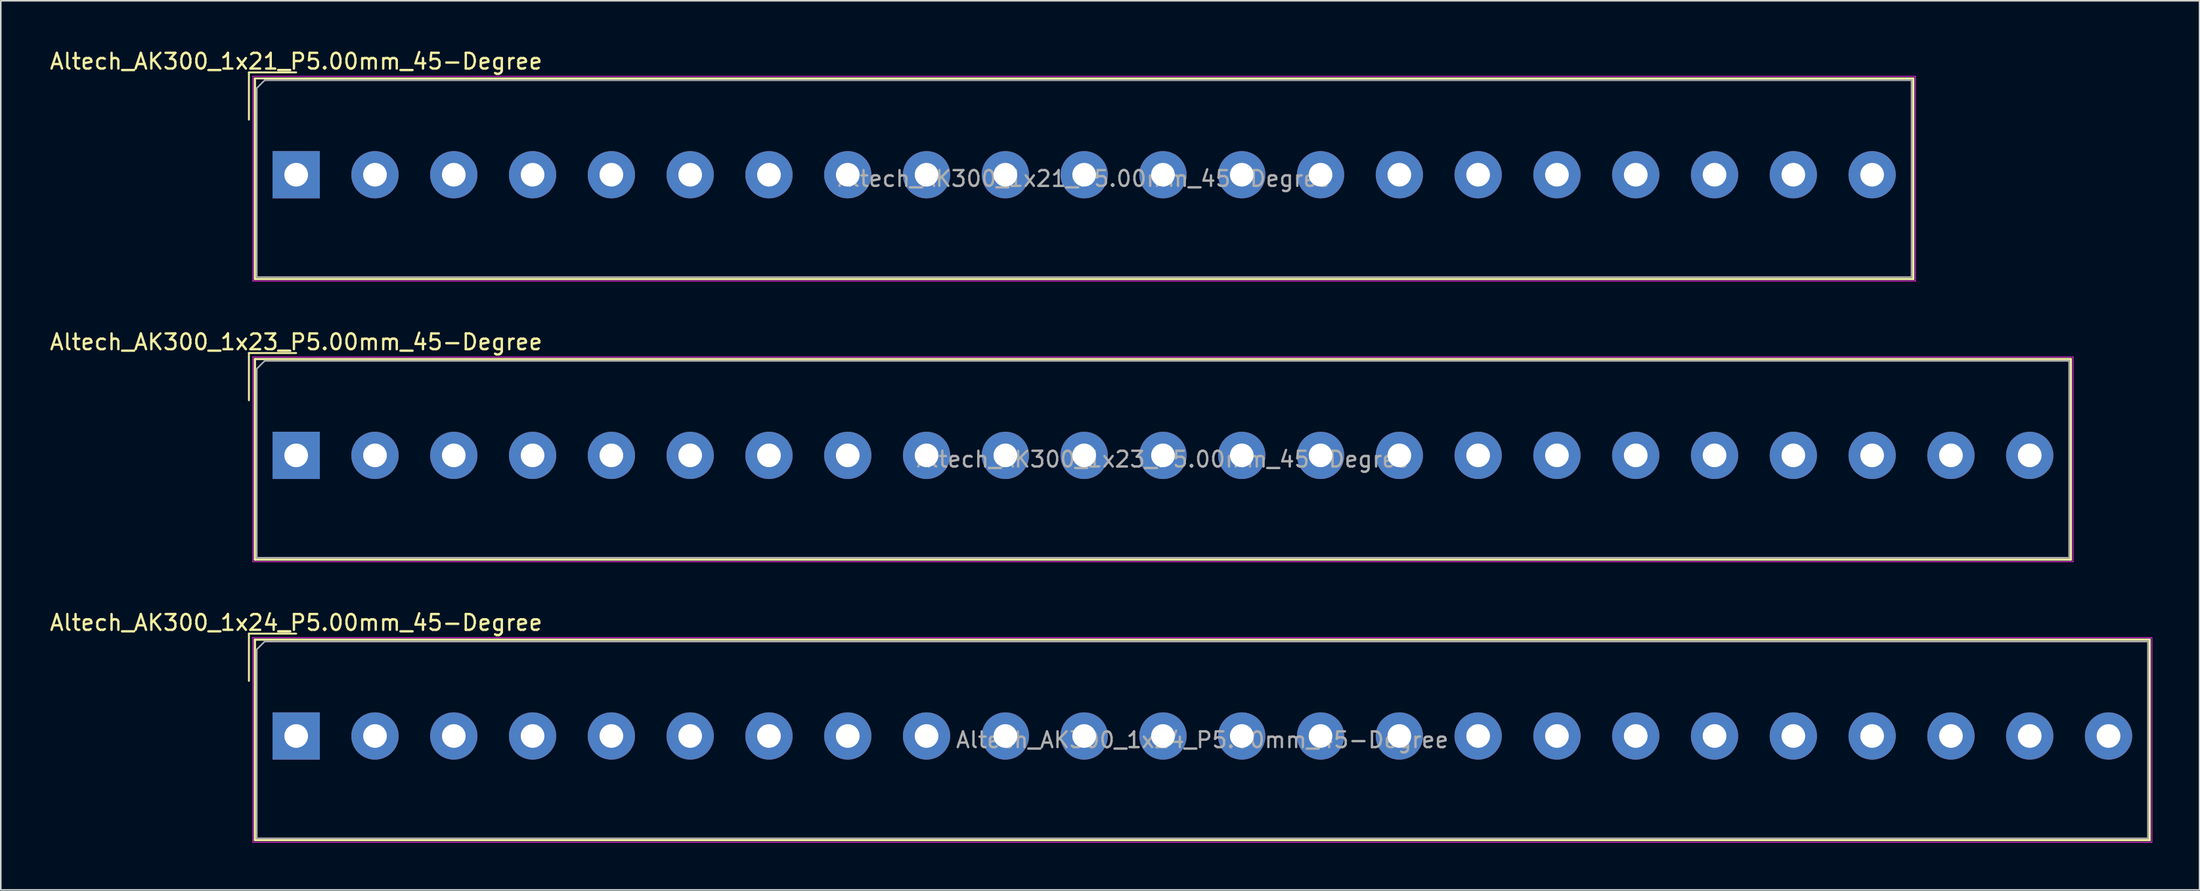
<source format=kicad_pcb>
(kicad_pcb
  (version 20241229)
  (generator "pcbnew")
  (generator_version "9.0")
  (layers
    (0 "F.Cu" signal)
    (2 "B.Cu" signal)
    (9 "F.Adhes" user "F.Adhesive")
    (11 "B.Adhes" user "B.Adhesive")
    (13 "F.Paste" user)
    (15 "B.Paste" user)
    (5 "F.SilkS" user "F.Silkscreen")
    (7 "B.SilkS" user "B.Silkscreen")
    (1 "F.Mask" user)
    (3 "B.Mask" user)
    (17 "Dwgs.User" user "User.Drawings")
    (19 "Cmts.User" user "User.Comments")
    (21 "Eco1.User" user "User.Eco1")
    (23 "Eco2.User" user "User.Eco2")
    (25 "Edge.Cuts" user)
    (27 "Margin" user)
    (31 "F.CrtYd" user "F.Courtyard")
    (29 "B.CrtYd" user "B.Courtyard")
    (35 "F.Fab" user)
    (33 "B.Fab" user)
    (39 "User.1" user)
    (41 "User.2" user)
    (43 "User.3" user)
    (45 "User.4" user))
  (footprint "Altech_AK300_1x23_P5.00mm_45-Degree"
    (layer "F.Cu")
    (at 15.744 25.872)
    (property "Reference" "Altech_AK300_1x23_P5.00mm_45-Degree" (at 0 -7.2 0) (layer "F.SilkS") (effects (font (size 1 1) (thickness 0.15))))
    (attr through_hole)
    (fp_line (start -3 -6.5) (end 0 -6.5) (stroke (width 0.12) (type solid)) (layer "F.SilkS"))
    (fp_line (start -3 -3.5) (end -3 -6.5) (stroke (width 0.12) (type solid)) (layer "F.SilkS"))
    (fp_line (start -2.62 -6.12) (end -2.62 6.62) (stroke (width 0.12) (type solid)) (layer "F.SilkS"))
    (fp_line (start -2.62 -6.12) (end -2.62 6.62) (stroke (width 0.12) (type solid)) (layer "F.SilkS"))
    (fp_line (start -2.62 -6.12) (end 112.62 -6.12) (stroke (width 0.12) (type solid)) (layer "F.SilkS"))
    (fp_line (start -2.62 -6.12) (end 112.62 -6.12) (stroke (width 0.12) (type solid)) (layer "F.SilkS"))
    (fp_line (start -2.62 6.62) (end 112.62 6.62) (stroke (width 0.12) (type solid)) (layer "F.SilkS"))
    (fp_line (start -2.62 6.62) (end 112.62 6.62) (stroke (width 0.12) (type solid)) (layer "F.SilkS"))
    (fp_line (start 112.62 -6.12) (end 112.62 6.62) (stroke (width 0.12) (type solid)) (layer "F.SilkS"))
    (fp_line (start 112.62 -6.12) (end 112.62 6.62) (stroke (width 0.12) (type solid)) (layer "F.SilkS"))
    (fp_line (start -2.75 -6.25) (end -2.75 6.75) (stroke (width 0.05) (type solid)) (layer "F.CrtYd"))
    (fp_line (start -2.75 -6.25) (end 112.75 -6.25) (stroke (width 0.05) (type solid)) (layer "F.CrtYd"))
    (fp_line (start -2.75 6.75) (end 112.75 6.75) (stroke (width 0.05) (type solid)) (layer "F.CrtYd"))
    (fp_line (start 112.75 -6.25) (end 112.75 6.75) (stroke (width 0.05) (type solid)) (layer "F.CrtYd"))
    (fp_line (start -2.5 -5.5) (end -2 -6) (stroke (width 0.1) (type solid)) (layer "F.Fab"))
    (fp_line (start -2.5 6.5) (end -2.5 -5.5) (stroke (width 0.1) (type solid)) (layer "F.Fab"))
    (fp_line (start -2 -6) (end 112.5 -6) (stroke (width 0.1) (type solid)) (layer "F.Fab"))
    (fp_line (start 112.5 -6) (end 112.5 6.5) (stroke (width 0.1) (type solid)) (layer "F.Fab"))
    (fp_line (start 112.5 6.5) (end -2.5 6.5) (stroke (width 0.1) (type solid)) (layer "F.Fab"))
    (fp_text user "${REFERENCE}" (at 55 0.25 0) (layer "F.Fab") (effects (font (size 1 1) (thickness 0.15))))
    (pad "1" thru_hole rect (at 0 0) (size 3 3) (drill 1.5) (layers "*.Cu" "*.Mask"))
    (pad "2" thru_hole circle (at 5 0) (size 3 3) (drill 1.5) (layers "*.Cu" "*.Mask"))
    (pad "3" thru_hole circle (at 10 0) (size 3 3) (drill 1.5) (layers "*.Cu" "*.Mask"))
    (pad "4" thru_hole circle (at 15 0) (size 3 3) (drill 1.5) (layers "*.Cu" "*.Mask"))
    (pad "5" thru_hole circle (at 20 0) (size 3 3) (drill 1.5) (layers "*.Cu" "*.Mask"))
    (pad "6" thru_hole circle (at 25 0) (size 3 3) (drill 1.5) (layers "*.Cu" "*.Mask"))
    (pad "7" thru_hole circle (at 30 0) (size 3 3) (drill 1.5) (layers "*.Cu" "*.Mask"))
    (pad "8" thru_hole circle (at 35 0) (size 3 3) (drill 1.5) (layers "*.Cu" "*.Mask"))
    (pad "9" thru_hole circle (at 40 0) (size 3 3) (drill 1.5) (layers "*.Cu" "*.Mask"))
    (pad "10" thru_hole circle (at 45 0) (size 3 3) (drill 1.5) (layers "*.Cu" "*.Mask"))
    (pad "11" thru_hole circle (at 50 0) (size 3 3) (drill 1.5) (layers "*.Cu" "*.Mask"))
    (pad "12" thru_hole circle (at 55 0) (size 3 3) (drill 1.5) (layers "*.Cu" "*.Mask"))
    (pad "13" thru_hole circle (at 60 0) (size 3 3) (drill 1.5) (layers "*.Cu" "*.Mask"))
    (pad "14" thru_hole circle (at 65 0) (size 3 3) (drill 1.5) (layers "*.Cu" "*.Mask"))
    (pad "15" thru_hole circle (at 70 0) (size 3 3) (drill 1.5) (layers "*.Cu" "*.Mask"))
    (pad "16" thru_hole circle (at 75 0) (size 3 3) (drill 1.5) (layers "*.Cu" "*.Mask"))
    (pad "17" thru_hole circle (at 80 0) (size 3 3) (drill 1.5) (layers "*.Cu" "*.Mask"))
    (pad "18" thru_hole circle (at 85 0) (size 3 3) (drill 1.5) (layers "*.Cu" "*.Mask"))
    (pad "19" thru_hole circle (at 90 0) (size 3 3) (drill 1.5) (layers "*.Cu" "*.Mask"))
    (pad "20" thru_hole circle (at 95 0) (size 3 3) (drill 1.5) (layers "*.Cu" "*.Mask"))
    (pad "21" thru_hole circle (at 100 0) (size 3 3) (drill 1.5) (layers "*.Cu" "*.Mask"))
    (pad "22" thru_hole circle (at 105 0) (size 3 3) (drill 1.5) (layers "*.Cu" "*.Mask"))
    (pad "23" thru_hole circle (at 110 0) (size 3 3) (drill 1.5) (layers "*.Cu" "*.Mask")))
  (footprint "Altech_AK300_1x21_P5.00mm_45-Degree"
    (layer "F.Cu")
    (at 15.744 8.048)
    (property "Reference" "Altech_AK300_1x21_P5.00mm_45-Degree" (at 0 -7.2 0) (layer "F.SilkS") (effects (font (size 1 1) (thickness 0.15))))
    (attr through_hole)
    (fp_line (start -3 -6.5) (end 0 -6.5) (stroke (width 0.12) (type solid)) (layer "F.SilkS"))
    (fp_line (start -3 -3.5) (end -3 -6.5) (stroke (width 0.12) (type solid)) (layer "F.SilkS"))
    (fp_line (start -2.62 -6.12) (end -2.62 6.62) (stroke (width 0.12) (type solid)) (layer "F.SilkS"))
    (fp_line (start -2.62 -6.12) (end -2.62 6.62) (stroke (width 0.12) (type solid)) (layer "F.SilkS"))
    (fp_line (start -2.62 -6.12) (end 102.62 -6.12) (stroke (width 0.12) (type solid)) (layer "F.SilkS"))
    (fp_line (start -2.62 -6.12) (end 102.62 -6.12) (stroke (width 0.12) (type solid)) (layer "F.SilkS"))
    (fp_line (start -2.62 6.62) (end 102.62 6.62) (stroke (width 0.12) (type solid)) (layer "F.SilkS"))
    (fp_line (start -2.62 6.62) (end 102.62 6.62) (stroke (width 0.12) (type solid)) (layer "F.SilkS"))
    (fp_line (start 102.62 -6.12) (end 102.62 6.62) (stroke (width 0.12) (type solid)) (layer "F.SilkS"))
    (fp_line (start 102.62 -6.12) (end 102.62 6.62) (stroke (width 0.12) (type solid)) (layer "F.SilkS"))
    (fp_line (start -2.75 -6.25) (end -2.75 6.75) (stroke (width 0.05) (type solid)) (layer "F.CrtYd"))
    (fp_line (start -2.75 -6.25) (end 102.75 -6.25) (stroke (width 0.05) (type solid)) (layer "F.CrtYd"))
    (fp_line (start -2.75 6.75) (end 102.75 6.75) (stroke (width 0.05) (type solid)) (layer "F.CrtYd"))
    (fp_line (start 102.75 -6.25) (end 102.75 6.75) (stroke (width 0.05) (type solid)) (layer "F.CrtYd"))
    (fp_line (start -2.5 -5.5) (end -2 -6) (stroke (width 0.1) (type solid)) (layer "F.Fab"))
    (fp_line (start -2.5 6.5) (end -2.5 -5.5) (stroke (width 0.1) (type solid)) (layer "F.Fab"))
    (fp_line (start -2 -6) (end 102.5 -6) (stroke (width 0.1) (type solid)) (layer "F.Fab"))
    (fp_line (start 102.5 -6) (end 102.5 6.5) (stroke (width 0.1) (type solid)) (layer "F.Fab"))
    (fp_line (start 102.5 6.5) (end -2.5 6.5) (stroke (width 0.1) (type solid)) (layer "F.Fab"))
    (fp_text user "${REFERENCE}" (at 50 0.25 0) (layer "F.Fab") (effects (font (size 1 1) (thickness 0.15))))
    (pad "1" thru_hole rect (at 0 0) (size 3 3) (drill 1.5) (layers "*.Cu" "*.Mask"))
    (pad "2" thru_hole circle (at 5 0) (size 3 3) (drill 1.5) (layers "*.Cu" "*.Mask"))
    (pad "3" thru_hole circle (at 10 0) (size 3 3) (drill 1.5) (layers "*.Cu" "*.Mask"))
    (pad "4" thru_hole circle (at 15 0) (size 3 3) (drill 1.5) (layers "*.Cu" "*.Mask"))
    (pad "5" thru_hole circle (at 20 0) (size 3 3) (drill 1.5) (layers "*.Cu" "*.Mask"))
    (pad "6" thru_hole circle (at 25 0) (size 3 3) (drill 1.5) (layers "*.Cu" "*.Mask"))
    (pad "7" thru_hole circle (at 30 0) (size 3 3) (drill 1.5) (layers "*.Cu" "*.Mask"))
    (pad "8" thru_hole circle (at 35 0) (size 3 3) (drill 1.5) (layers "*.Cu" "*.Mask"))
    (pad "9" thru_hole circle (at 40 0) (size 3 3) (drill 1.5) (layers "*.Cu" "*.Mask"))
    (pad "10" thru_hole circle (at 45 0) (size 3 3) (drill 1.5) (layers "*.Cu" "*.Mask"))
    (pad "11" thru_hole circle (at 50 0) (size 3 3) (drill 1.5) (layers "*.Cu" "*.Mask"))
    (pad "12" thru_hole circle (at 55 0) (size 3 3) (drill 1.5) (layers "*.Cu" "*.Mask"))
    (pad "13" thru_hole circle (at 60 0) (size 3 3) (drill 1.5) (layers "*.Cu" "*.Mask"))
    (pad "14" thru_hole circle (at 65 0) (size 3 3) (drill 1.5) (layers "*.Cu" "*.Mask"))
    (pad "15" thru_hole circle (at 70 0) (size 3 3) (drill 1.5) (layers "*.Cu" "*.Mask"))
    (pad "16" thru_hole circle (at 75 0) (size 3 3) (drill 1.5) (layers "*.Cu" "*.Mask"))
    (pad "17" thru_hole circle (at 80 0) (size 3 3) (drill 1.5) (layers "*.Cu" "*.Mask"))
    (pad "18" thru_hole circle (at 85 0) (size 3 3) (drill 1.5) (layers "*.Cu" "*.Mask"))
    (pad "19" thru_hole circle (at 90 0) (size 3 3) (drill 1.5) (layers "*.Cu" "*.Mask"))
    (pad "20" thru_hole circle (at 95 0) (size 3 3) (drill 1.5) (layers "*.Cu" "*.Mask"))
    (pad "21" thru_hole circle (at 100 0) (size 3 3) (drill 1.5) (layers "*.Cu" "*.Mask")))
  (footprint "Altech_AK300_1x24_P5.00mm_45-Degree"
    (layer "F.Cu")
    (at 15.744 43.695)
    (property "Reference" "Altech_AK300_1x24_P5.00mm_45-Degree" (at 0 -7.2 0) (layer "F.SilkS") (effects (font (size 1 1) (thickness 0.15))))
    (attr through_hole)
    (fp_line (start -3 -6.5) (end 0 -6.5) (stroke (width 0.12) (type solid)) (layer "F.SilkS"))
    (fp_line (start -3 -3.5) (end -3 -6.5) (stroke (width 0.12) (type solid)) (layer "F.SilkS"))
    (fp_line (start -2.62 -6.12) (end -2.62 6.62) (stroke (width 0.12) (type solid)) (layer "F.SilkS"))
    (fp_line (start -2.62 -6.12) (end -2.62 6.62) (stroke (width 0.12) (type solid)) (layer "F.SilkS"))
    (fp_line (start -2.62 -6.12) (end 117.62 -6.12) (stroke (width 0.12) (type solid)) (layer "F.SilkS"))
    (fp_line (start -2.62 -6.12) (end 117.62 -6.12) (stroke (width 0.12) (type solid)) (layer "F.SilkS"))
    (fp_line (start -2.62 6.62) (end 117.62 6.62) (stroke (width 0.12) (type solid)) (layer "F.SilkS"))
    (fp_line (start -2.62 6.62) (end 117.62 6.62) (stroke (width 0.12) (type solid)) (layer "F.SilkS"))
    (fp_line (start 117.62 -6.12) (end 117.62 6.62) (stroke (width 0.12) (type solid)) (layer "F.SilkS"))
    (fp_line (start 117.62 -6.12) (end 117.62 6.62) (stroke (width 0.12) (type solid)) (layer "F.SilkS"))
    (fp_line (start -2.75 -6.25) (end -2.75 6.75) (stroke (width 0.05) (type solid)) (layer "F.CrtYd"))
    (fp_line (start -2.75 -6.25) (end 117.75 -6.25) (stroke (width 0.05) (type solid)) (layer "F.CrtYd"))
    (fp_line (start -2.75 6.75) (end 117.75 6.75) (stroke (width 0.05) (type solid)) (layer "F.CrtYd"))
    (fp_line (start 117.75 -6.25) (end 117.75 6.75) (stroke (width 0.05) (type solid)) (layer "F.CrtYd"))
    (fp_line (start -2.5 -5.5) (end -2 -6) (stroke (width 0.1) (type solid)) (layer "F.Fab"))
    (fp_line (start -2.5 6.5) (end -2.5 -5.5) (stroke (width 0.1) (type solid)) (layer "F.Fab"))
    (fp_line (start -2 -6) (end 117.5 -6) (stroke (width 0.1) (type solid)) (layer "F.Fab"))
    (fp_line (start 117.5 -6) (end 117.5 6.5) (stroke (width 0.1) (type solid)) (layer "F.Fab"))
    (fp_line (start 117.5 6.5) (end -2.5 6.5) (stroke (width 0.1) (type solid)) (layer "F.Fab"))
    (fp_text user "${REFERENCE}" (at 57.5 0.25 0) (layer "F.Fab") (effects (font (size 1 1) (thickness 0.15))))
    (pad "1" thru_hole rect (at 0 0) (size 3 3) (drill 1.5) (layers "*.Cu" "*.Mask"))
    (pad "2" thru_hole circle (at 5 0) (size 3 3) (drill 1.5) (layers "*.Cu" "*.Mask"))
    (pad "3" thru_hole circle (at 10 0) (size 3 3) (drill 1.5) (layers "*.Cu" "*.Mask"))
    (pad "4" thru_hole circle (at 15 0) (size 3 3) (drill 1.5) (layers "*.Cu" "*.Mask"))
    (pad "5" thru_hole circle (at 20 0) (size 3 3) (drill 1.5) (layers "*.Cu" "*.Mask"))
    (pad "6" thru_hole circle (at 25 0) (size 3 3) (drill 1.5) (layers "*.Cu" "*.Mask"))
    (pad "7" thru_hole circle (at 30 0) (size 3 3) (drill 1.5) (layers "*.Cu" "*.Mask"))
    (pad "8" thru_hole circle (at 35 0) (size 3 3) (drill 1.5) (layers "*.Cu" "*.Mask"))
    (pad "9" thru_hole circle (at 40 0) (size 3 3) (drill 1.5) (layers "*.Cu" "*.Mask"))
    (pad "10" thru_hole circle (at 45 0) (size 3 3) (drill 1.5) (layers "*.Cu" "*.Mask"))
    (pad "11" thru_hole circle (at 50 0) (size 3 3) (drill 1.5) (layers "*.Cu" "*.Mask"))
    (pad "12" thru_hole circle (at 55 0) (size 3 3) (drill 1.5) (layers "*.Cu" "*.Mask"))
    (pad "13" thru_hole circle (at 60 0) (size 3 3) (drill 1.5) (layers "*.Cu" "*.Mask"))
    (pad "14" thru_hole circle (at 65 0) (size 3 3) (drill 1.5) (layers "*.Cu" "*.Mask"))
    (pad "15" thru_hole circle (at 70 0) (size 3 3) (drill 1.5) (layers "*.Cu" "*.Mask"))
    (pad "16" thru_hole circle (at 75 0) (size 3 3) (drill 1.5) (layers "*.Cu" "*.Mask"))
    (pad "17" thru_hole circle (at 80 0) (size 3 3) (drill 1.5) (layers "*.Cu" "*.Mask"))
    (pad "18" thru_hole circle (at 85 0) (size 3 3) (drill 1.5) (layers "*.Cu" "*.Mask"))
    (pad "19" thru_hole circle (at 90 0) (size 3 3) (drill 1.5) (layers "*.Cu" "*.Mask"))
    (pad "20" thru_hole circle (at 95 0) (size 3 3) (drill 1.5) (layers "*.Cu" "*.Mask"))
    (pad "21" thru_hole circle (at 100 0) (size 3 3) (drill 1.5) (layers "*.Cu" "*.Mask"))
    (pad "22" thru_hole circle (at 105 0) (size 3 3) (drill 1.5) (layers "*.Cu" "*.Mask"))
    (pad "23" thru_hole circle (at 110 0) (size 3 3) (drill 1.5) (layers "*.Cu" "*.Mask"))
    (pad "24" thru_hole circle (at 115 0) (size 3 3) (drill 1.5) (layers "*.Cu" "*.Mask")))
  (gr_rect
    (start -3 -3)
    (end 136.519 53.47)
    (stroke (width 0.1) (type default))
    (fill no)
    (layer "Edge.Cuts")))
</source>
